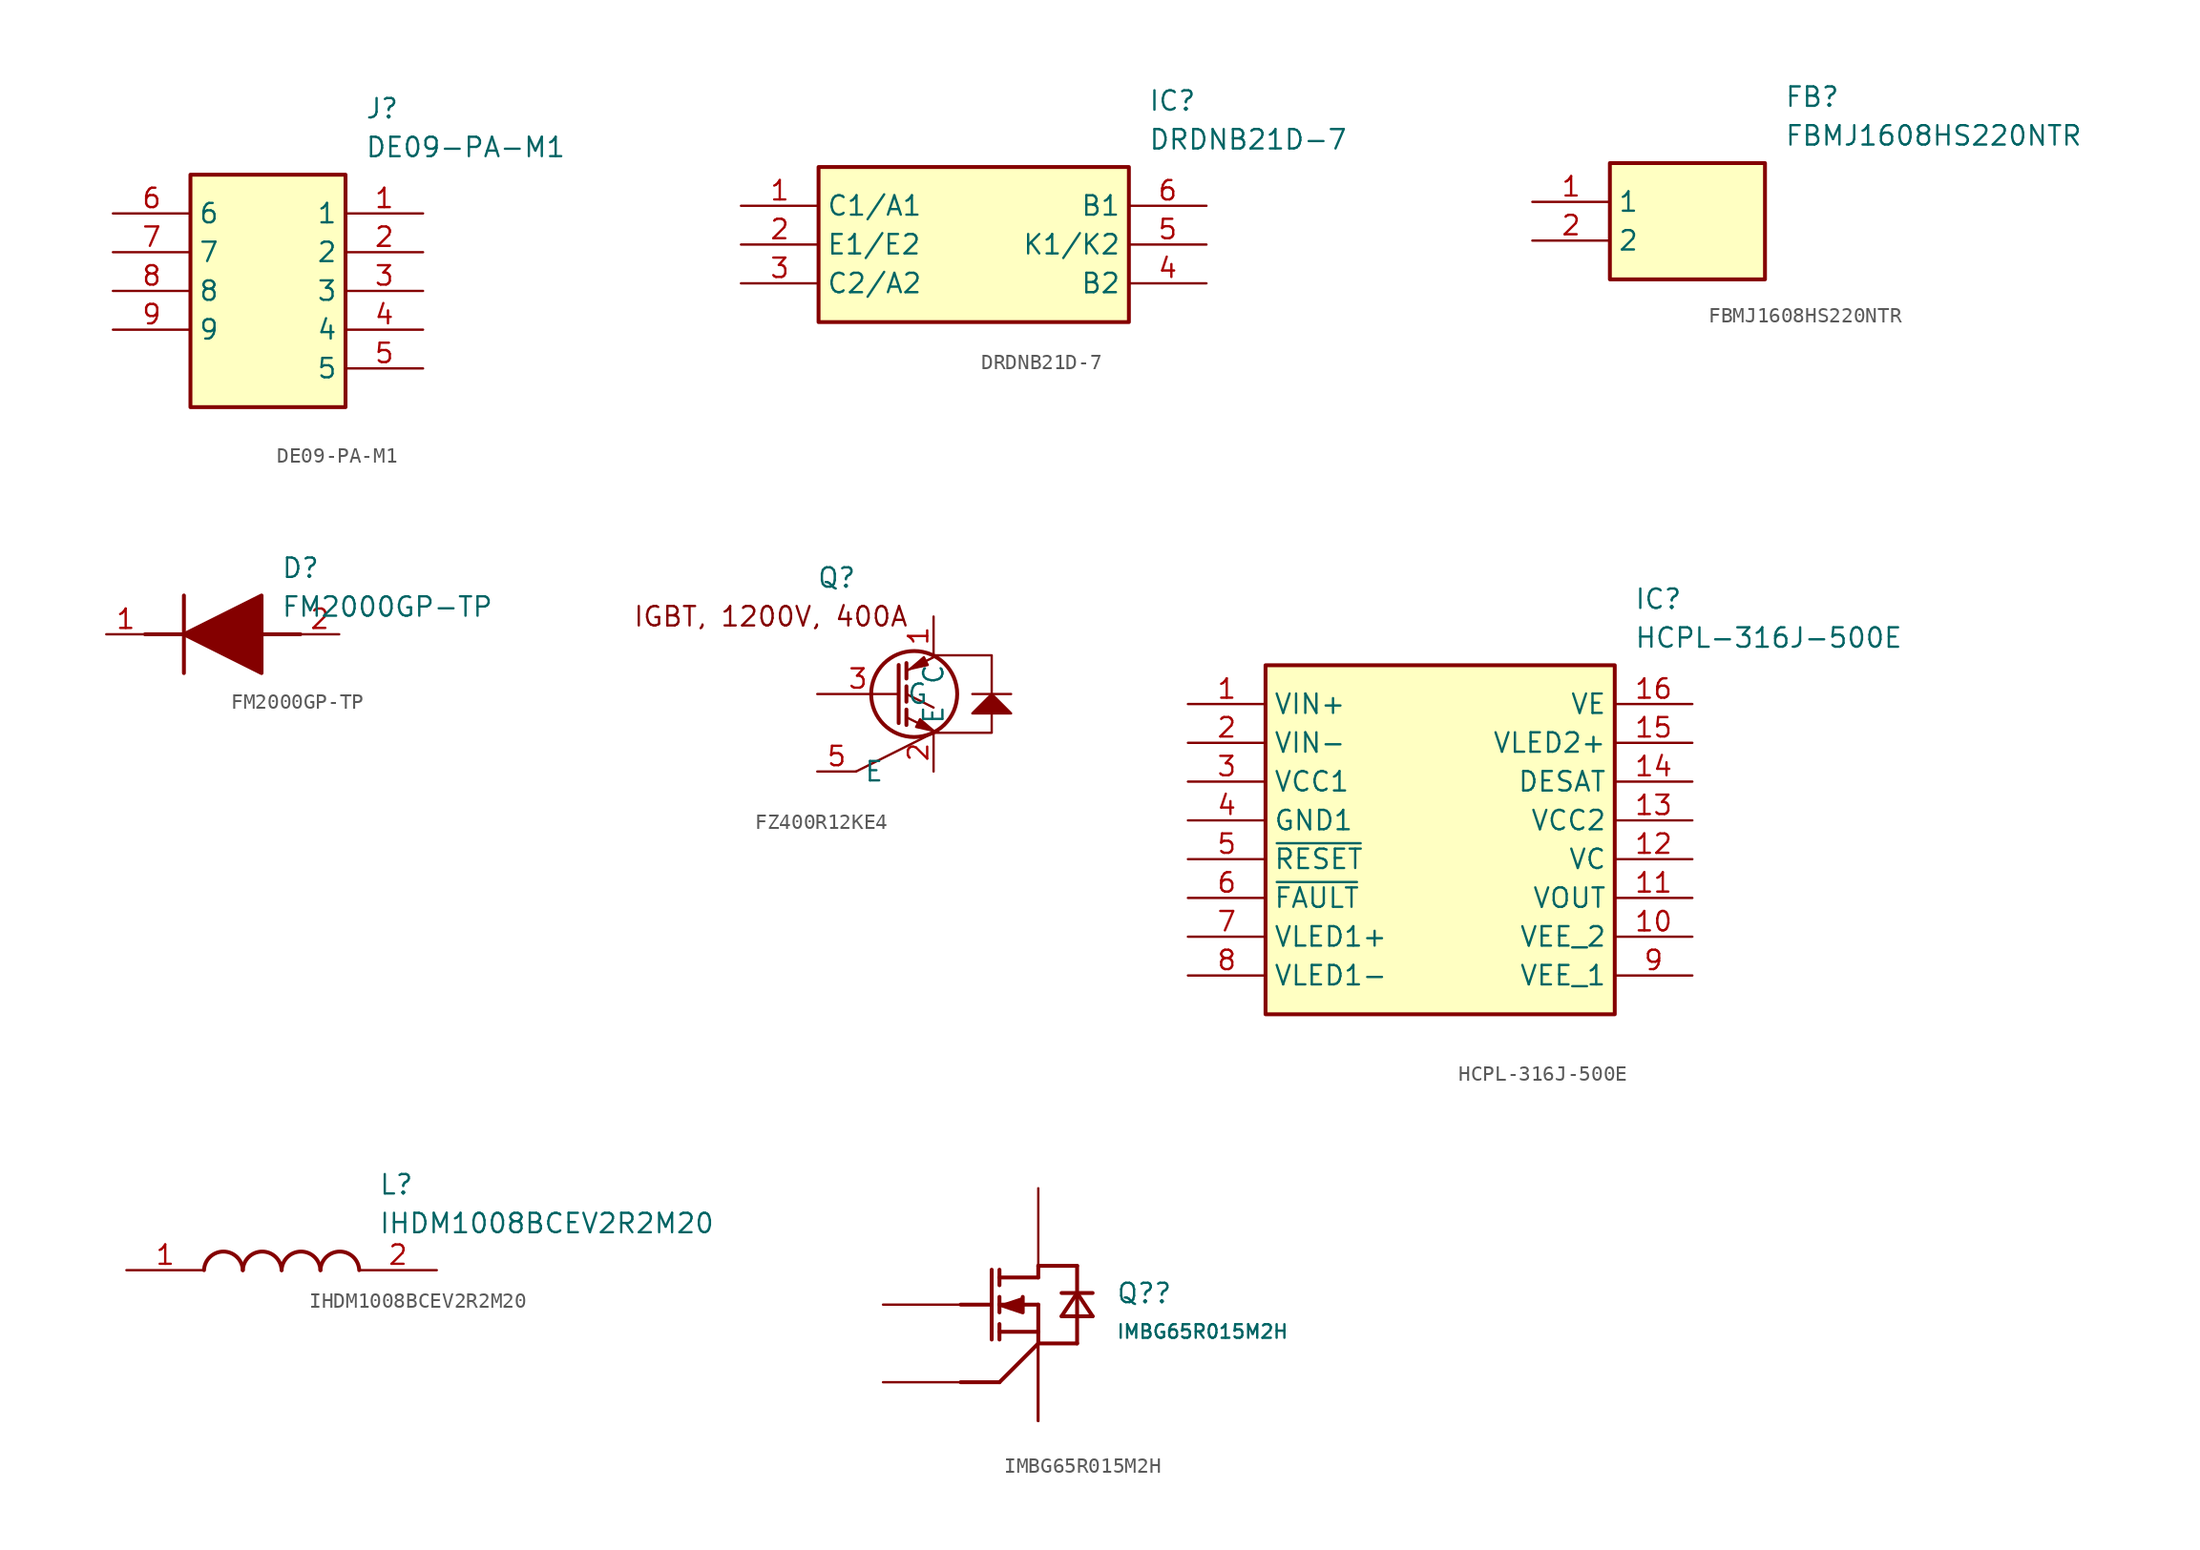
<source format=kicad_sym>
(kicad_symbol_lib
  (version 20241209)
  (generator "kicad_symbol_editor")
  (generator_version "9.0")
  (symbol "DE09-PA-M1"
    (property "Reference" "J"
      (at 16.51 7.62 0)
      (effects (font (size 1.27 1.27)) (justify left top)))
    (property "Value" "DE09-PA-M1"
      (at 16.51 5.08 0)
      (effects (font (size 1.27 1.27)) (justify left top)))
    (symbol "DE09-PA-M1_1_1"
      (rectangle (start 5.08 2.54) (end 15.24 -12.7) (stroke (width 0.254) (type default)) (fill (type background)))
      (pin passive line (at 0 0 0) (length 5.08) (name "6" (effects (font (size 1.27 1.27)))) (number "6" (effects (font (size 1.27 1.27)))))
      (pin passive line (at 0 -2.54 0) (length 5.08) (name "7" (effects (font (size 1.27 1.27)))) (number "7" (effects (font (size 1.27 1.27)))))
      (pin passive line (at 0 -5.08 0) (length 5.08) (name "8" (effects (font (size 1.27 1.27)))) (number "8" (effects (font (size 1.27 1.27)))))
      (pin passive line (at 0 -7.62 0) (length 5.08) (name "9" (effects (font (size 1.27 1.27)))) (number "9" (effects (font (size 1.27 1.27)))))
      (pin passive line (at 20.32 0 180) (length 5.08) (name "1" (effects (font (size 1.27 1.27)))) (number "1" (effects (font (size 1.27 1.27)))))
      (pin passive line (at 20.32 -2.54 180) (length 5.08) (name "2" (effects (font (size 1.27 1.27)))) (number "2" (effects (font (size 1.27 1.27)))))
      (pin passive line (at 20.32 -5.08 180) (length 5.08) (name "3" (effects (font (size 1.27 1.27)))) (number "3" (effects (font (size 1.27 1.27)))))
      (pin passive line (at 20.32 -7.62 180) (length 5.08) (name "4" (effects (font (size 1.27 1.27)))) (number "4" (effects (font (size 1.27 1.27)))))
      (pin passive line (at 20.32 -10.16 180) (length 5.08) (name "5" (effects (font (size 1.27 1.27)))) (number "5" (effects (font (size 1.27 1.27)))))))
  (symbol "DRDNB21D-7"
    (property "Reference" "IC"
      (at 26.67 7.62 0)
      (effects (font (size 1.27 1.27)) (justify left top)))
    (property "Value" "DRDNB21D-7"
      (at 26.67 5.08 0)
      (effects (font (size 1.27 1.27)) (justify left top)))
    (symbol "DRDNB21D-7_1_1"
      (rectangle (start 5.08 2.54) (end 25.4 -7.62) (stroke (width 0.254) (type default)) (fill (type background)))
      (pin passive line (at 0 0 0) (length 5.08) (name "C1/A1" (effects (font (size 1.27 1.27)))) (number "1" (effects (font (size 1.27 1.27)))))
      (pin passive line (at 0 -2.54 0) (length 5.08) (name "E1/E2" (effects (font (size 1.27 1.27)))) (number "2" (effects (font (size 1.27 1.27)))))
      (pin passive line (at 0 -5.08 0) (length 5.08) (name "C2/A2" (effects (font (size 1.27 1.27)))) (number "3" (effects (font (size 1.27 1.27)))))
      (pin passive line (at 30.48 0 180) (length 5.08) (name "B1" (effects (font (size 1.27 1.27)))) (number "6" (effects (font (size 1.27 1.27)))))
      (pin passive line (at 30.48 -2.54 180) (length 5.08) (name "K1/K2" (effects (font (size 1.27 1.27)))) (number "5" (effects (font (size 1.27 1.27)))))
      (pin passive line (at 30.48 -5.08 180) (length 5.08) (name "B2" (effects (font (size 1.27 1.27)))) (number "4" (effects (font (size 1.27 1.27)))))))
  (symbol "FBMJ1608HS220NTR"
    (property "Reference" "FB"
      (at 16.51 7.62 0)
      (effects (font (size 1.27 1.27)) (justify left top)))
    (property "Value" "FBMJ1608HS220NTR"
      (at 16.51 5.08 0)
      (effects (font (size 1.27 1.27)) (justify left top)))
    (symbol "FBMJ1608HS220NTR_1_1"
      (rectangle (start 5.08 2.54) (end 15.24 -5.08) (stroke (width 0.254) (type default)) (fill (type background)))
      (pin passive line (at 0 0 0) (length 5.08) (name "1" (effects (font (size 1.27 1.27)))) (number "1" (effects (font (size 1.27 1.27)))))
      (pin passive line (at 0 -2.54 0) (length 5.08) (name "2" (effects (font (size 1.27 1.27)))) (number "2" (effects (font (size 1.27 1.27)))))))
  (symbol "FM2000GP-TP"
    (pin_names
      (hide yes))
    (property "Reference" "D"
      (at 11.43 5.08 0)
      (effects (font (size 1.27 1.27)) (justify left top)))
    (property "Value" "FM2000GP-TP"
      (at 11.43 2.54 0)
      (effects (font (size 1.27 1.27)) (justify left top)))
    (symbol "FM2000GP-TP_1_1"
      (polyline (pts (xy 2.54 0) (xy 5.08 0)) (stroke (width 0.254) (type default)) (fill (type none)))
      (polyline (pts (xy 5.08 2.54) (xy 5.08 -2.54)) (stroke (width 0.254) (type default)) (fill (type none)))
      (polyline (pts (xy 5.08 0) (xy 10.16 2.54) (xy 10.16 -2.54) (xy 5.08 0)) (stroke (width 0.254) (type default)) (fill (type outline)))
      (polyline (pts (xy 10.16 0) (xy 12.7 0)) (stroke (width 0.254) (type default)) (fill (type none)))
      (pin passive line (at 0 0 0) (length 2.54) (name "K" (effects (font (size 1.27 1.27)))) (number "1" (effects (font (size 1.27 1.27)))))
      (pin passive line (at 15.24 0 180) (length 2.54) (name "A" (effects (font (size 1.27 1.27)))) (number "2" (effects (font (size 1.27 1.27)))))))
  (symbol "FZ400R12KE4"
    (property "Reference" "Q"
      (at 1.27 7.62 0)
      (effects (font (size 1.27 1.27))))
    (property "Value" ""
      (at 0 0 0)
      (effects (font (size 1.27 1.27))))
    (symbol "FZ400R12KE4_0_1"
      (polyline (pts (xy 2.54 -5.08) (xy 7.62 -2.54)) (stroke (width 0) (type default)) (fill (type none)))
      (polyline (pts (xy 5.334 1.905) (xy 5.334 -1.905) (xy 5.334 -1.905)) (stroke (width 0.254) (type default)) (fill (type none)))
      (polyline (pts (xy 5.842 2.032) (xy 5.842 1.016)) (stroke (width 0.254) (type default)) (fill (type none)))
      (polyline (pts (xy 5.842 0.508) (xy 5.842 -0.508)) (stroke (width 0.254) (type default)) (fill (type none)))
      (polyline (pts (xy 5.842 -1.016) (xy 5.842 -2.032)) (stroke (width 0.254) (type default)) (fill (type none)))
      (circle (center 6.35 0) (radius 2.819) (stroke (width 0.254) (type default)) (fill (type none)))
      (polyline (pts (xy 6.477 -2.159) (xy 6.731 -1.651) (xy 7.62 -2.413) (xy 6.477 -2.159)) (stroke (width 0) (type default)) (fill (type outline)))
      (polyline (pts (xy 7.239 1.905) (xy 6.985 2.413) (xy 6.096 1.651) (xy 7.239 1.905)) (stroke (width 0) (type default)) (fill (type outline)))
      (polyline (pts (xy 7.62 2.413) (xy 5.842 1.524)) (stroke (width 0) (type default)) (fill (type none)))
      (polyline (pts (xy 7.62 -0.889) (xy 5.842 0)) (stroke (width 0) (type default)) (fill (type none)))
      (polyline (pts (xy 7.62 -2.413) (xy 5.842 -1.524)) (stroke (width 0) (type default)) (fill (type none)))
      (polyline (pts (xy 7.62 -2.54) (xy 11.43 -2.54) (xy 11.43 2.54) (xy 7.62 2.54)) (stroke (width 0) (type default)) (fill (type none)))
      (polyline (pts (xy 10.16 0) (xy 12.7 0)) (stroke (width 0) (type default)) (fill (type none)))
      (polyline (pts (xy 10.16 -1.27) (xy 11.43 -1.27) (xy 12.7 -1.27) (xy 11.43 0) (xy 10.16 -1.27) (xy 11.43 -1.27) (xy 10.16 -1.27)) (stroke (width 0) (type default)) (fill (type outline))))
    (symbol "FZ400R12KE4_1_1"
      (text "IGBT, 1200V, 400A" (at -3.048 5.08 0) (effects (font (size 1.27 1.27))))
      (pin input line (at 0 0 0) (length 5.334) (name "G" (effects (font (size 1.27 1.27)))) (number "3" (effects (font (size 1.27 1.27)))))
      (pin passive line (at 0 -5.08 0) (length 2.54) (name "E" (effects (font (size 1.27 1.27)))) (number "5" (effects (font (size 1.27 1.27)))))
      (pin passive line (at 7.62 5.08 270) (length 2.54) (name "C" (effects (font (size 1.27 1.27)))) (number "1" (effects (font (size 1.27 1.27)))))
      (pin passive line (at 7.62 -5.08 90) (length 2.54) (name "E" (effects (font (size 1.27 1.27)))) (number "2" (effects (font (size 1.27 1.27)))))))
  (symbol "HCPL-316J-500E"
    (property "Reference" "IC"
      (at 29.21 7.62 0)
      (effects (font (size 1.27 1.27)) (justify left top)))
    (property "Value" "HCPL-316J-500E"
      (at 29.21 5.08 0)
      (effects (font (size 1.27 1.27)) (justify left top)))
    (symbol "HCPL-316J-500E_1_1"
      (rectangle (start 5.08 2.54) (end 27.94 -20.32) (stroke (width 0.254) (type default)) (fill (type background)))
      (pin passive line (at 0 0 0) (length 5.08) (name "VIN+" (effects (font (size 1.27 1.27)))) (number "1" (effects (font (size 1.27 1.27)))))
      (pin passive line (at 0 -2.54 0) (length 5.08) (name "VIN-" (effects (font (size 1.27 1.27)))) (number "2" (effects (font (size 1.27 1.27)))))
      (pin passive line (at 0 -5.08 0) (length 5.08) (name "VCC1" (effects (font (size 1.27 1.27)))) (number "3" (effects (font (size 1.27 1.27)))))
      (pin passive line (at 0 -7.62 0) (length 5.08) (name "GND1" (effects (font (size 1.27 1.27)))) (number "4" (effects (font (size 1.27 1.27)))))
      (pin passive line (at 0 -10.16 0) (length 5.08) (name "~{RESET}" (effects (font (size 1.27 1.27)))) (number "5" (effects (font (size 1.27 1.27)))))
      (pin passive line (at 0 -12.7 0) (length 5.08) (name "~{FAULT}" (effects (font (size 1.27 1.27)))) (number "6" (effects (font (size 1.27 1.27)))))
      (pin passive line (at 0 -15.24 0) (length 5.08) (name "VLED1+" (effects (font (size 1.27 1.27)))) (number "7" (effects (font (size 1.27 1.27)))))
      (pin passive line (at 0 -17.78 0) (length 5.08) (name "VLED1-" (effects (font (size 1.27 1.27)))) (number "8" (effects (font (size 1.27 1.27)))))
      (pin passive line (at 33.02 0 180) (length 5.08) (name "VE" (effects (font (size 1.27 1.27)))) (number "16" (effects (font (size 1.27 1.27)))))
      (pin passive line (at 33.02 -2.54 180) (length 5.08) (name "VLED2+" (effects (font (size 1.27 1.27)))) (number "15" (effects (font (size 1.27 1.27)))))
      (pin passive line (at 33.02 -5.08 180) (length 5.08) (name "DESAT" (effects (font (size 1.27 1.27)))) (number "14" (effects (font (size 1.27 1.27)))))
      (pin passive line (at 33.02 -7.62 180) (length 5.08) (name "VCC2" (effects (font (size 1.27 1.27)))) (number "13" (effects (font (size 1.27 1.27)))))
      (pin passive line (at 33.02 -10.16 180) (length 5.08) (name "VC" (effects (font (size 1.27 1.27)))) (number "12" (effects (font (size 1.27 1.27)))))
      (pin passive line (at 33.02 -12.7 180) (length 5.08) (name "VOUT" (effects (font (size 1.27 1.27)))) (number "11" (effects (font (size 1.27 1.27)))))
      (pin passive line (at 33.02 -15.24 180) (length 5.08) (name "VEE_2" (effects (font (size 1.27 1.27)))) (number "10" (effects (font (size 1.27 1.27)))))
      (pin passive line (at 33.02 -17.78 180) (length 5.08) (name "VEE_1" (effects (font (size 1.27 1.27)))) (number "9" (effects (font (size 1.27 1.27)))))))
  (symbol "IHDM1008BCEV2R2M20"
    (pin_names
      (hide yes))
    (property "Reference" "L"
      (at 16.51 6.35 0)
      (effects (font (size 1.27 1.27)) (justify left top)))
    (property "Value" "IHDM1008BCEV2R2M20"
      (at 16.51 3.81 0)
      (effects (font (size 1.27 1.27)) (justify left top)))
    (symbol "IHDM1008BCEV2R2M20_1_1"
      (arc (start 5.08 0) (mid 6.35 1.219) (end 7.62 0) (stroke (width 0.254) (type default)) (fill (type none)))
      (arc (start 7.62 0) (mid 8.89 1.219) (end 10.16 0) (stroke (width 0.254) (type default)) (fill (type none)))
      (arc (start 10.16 0) (mid 11.43 1.219) (end 12.7 0) (stroke (width 0.254) (type default)) (fill (type none)))
      (arc (start 12.7 0) (mid 13.97 1.219) (end 15.24 0) (stroke (width 0.254) (type default)) (fill (type none)))
      (pin passive line (at 0 0 0) (length 5.08) (name "1" (effects (font (size 1.27 1.27)))) (number "1" (effects (font (size 1.27 1.27)))))
      (pin passive line (at 20.32 0 180) (length 5.08) (name "2" (effects (font (size 1.27 1.27)))) (number "2" (effects (font (size 1.27 1.27)))))))
  (symbol "IMBG65R015M2H"
    (pin_numbers
      (hide yes))
    (property "Reference" "Q?"
      (at 10.16 -2.54 0)
      (effects (font (size 1.27 1.27)) (justify left bottom)))
    (property "Value" "IMBG65R015M2H"
      (at 10.16 -4.826 0)
      (effects (font (size 0.889 0.889)) (justify left bottom)))
    (symbol "IMBG65R015M2H_1_0"
      (polyline (pts (xy 0 -2.54) (xy 2.032 -2.54)) (stroke (width 0.254) (type solid)) (fill (type none)))
      (polyline (pts (xy 2.032 -0.254) (xy 2.032 -4.826)) (stroke (width 0.254) (type solid)) (fill (type none)))
      (polyline (pts (xy 2.54 -0.254) (xy 2.54 -1.27)) (stroke (width 0.254) (type solid)) (fill (type none)))
      (polyline (pts (xy 2.54 -2.54) (xy 4.064 -3.048) (xy 4.064 -2.032)) (stroke (width 0.254) (type solid)) (fill (type outline)))
      (polyline (pts (xy 2.54 -3.048) (xy 2.54 -2.032)) (stroke (width 0.254) (type solid)) (fill (type none)))
      (polyline (pts (xy 2.54 -4.826) (xy 2.54 -3.81)) (stroke (width 0.254) (type solid)) (fill (type none)))
      (polyline (pts (xy 2.54 -7.62) (xy 0 -7.62)) (stroke (width 0.254) (type solid)) (fill (type none)))
      (polyline (pts (xy 5.08 0) (xy 7.62 0)) (stroke (width 0.254) (type solid)) (fill (type none)))
      (polyline (pts (xy 5.08 -0.762) (xy 2.54 -0.762)) (stroke (width 0.254) (type solid)) (fill (type none)))
      (polyline (pts (xy 5.08 -0.762) (xy 5.08 0)) (stroke (width 0.254) (type solid)) (fill (type none)))
      (polyline (pts (xy 5.08 -2.54) (xy 2.54 -2.54)) (stroke (width 0.254) (type solid)) (fill (type none)))
      (polyline (pts (xy 5.08 -2.54) (xy 5.08 -5.08)) (stroke (width 0.254) (type solid)) (fill (type none)))
      (polyline (pts (xy 5.08 -4.318) (xy 2.54 -4.318)) (stroke (width 0.254) (type solid)) (fill (type none)))
      (polyline (pts (xy 5.08 -5.08) (xy 2.54 -7.62)) (stroke (width 0.254) (type solid)) (fill (type none)))
      (polyline (pts (xy 5.08 -5.08) (xy 7.62 -5.08)) (stroke (width 0.254) (type solid)) (fill (type none)))
      (polyline (pts (xy 6.604 -1.778) (xy 8.636 -1.778)) (stroke (width 0.254) (type solid)) (fill (type none)))
      (polyline (pts (xy 6.604 -3.302) (xy 8.636 -3.302)) (stroke (width 0.254) (type solid)) (fill (type none)))
      (polyline (pts (xy 7.62 0) (xy 7.62 -5.08)) (stroke (width 0.254) (type solid)) (fill (type none)))
      (polyline (pts (xy 7.62 -1.778) (xy 6.604 -3.302)) (stroke (width 0.254) (type solid)) (fill (type none)))
      (polyline (pts (xy 8.636 -3.302) (xy 7.62 -1.778)) (stroke (width 0.254) (type solid)) (fill (type none)))
      (pin passive line (at -5.08 -2.54 0) (length 5.08) (name "GATE" (effects (font (size 0 0)))) (number "1" (effects (font (size 1.27 1.27)))))
      (pin passive line (at -5.08 -7.62 0) (length 5.08) (name "DRIVER_SOURCE" (effects (font (size 0 0)))) (number "2" (effects (font (size 1.27 1.27)))))
      (pin passive line (at 5.08 5.08 270) (length 5.08) (name "DRAIN" (effects (font (size 0 0)))) (number "8" (effects (font (size 1.27 1.27)))))
      (pin passive line (at 5.08 -10.16 90) (length 5.08) (name "POWER_SOURCE_1" (effects (font (size 0 0)))) (number "3" (effects (font (size 1.27 1.27)))))
      (pin passive line (at 5.08 -10.16 90) (length 5.08) (name "POWER_SOURCE_2" (effects (font (size 0 0)))) (number "4" (effects (font (size 1.27 1.27)))))
      (pin passive line (at 5.08 -10.16 90) (length 5.08) (name "POWER_SOURCE_3" (effects (font (size 0 0)))) (number "5" (effects (font (size 1.27 1.27)))))
      (pin passive line (at 5.08 -10.16 90) (length 5.08) (name "POWER_SOURCE_4" (effects (font (size 0 0)))) (number "6" (effects (font (size 1.27 1.27)))))
      (pin passive line (at 5.08 -10.16 90) (length 5.08) (name "POWER_SOURCE_5" (effects (font (size 0 0)))) (number "7" (effects (font (size 1.27 1.27))))))))
</source>
